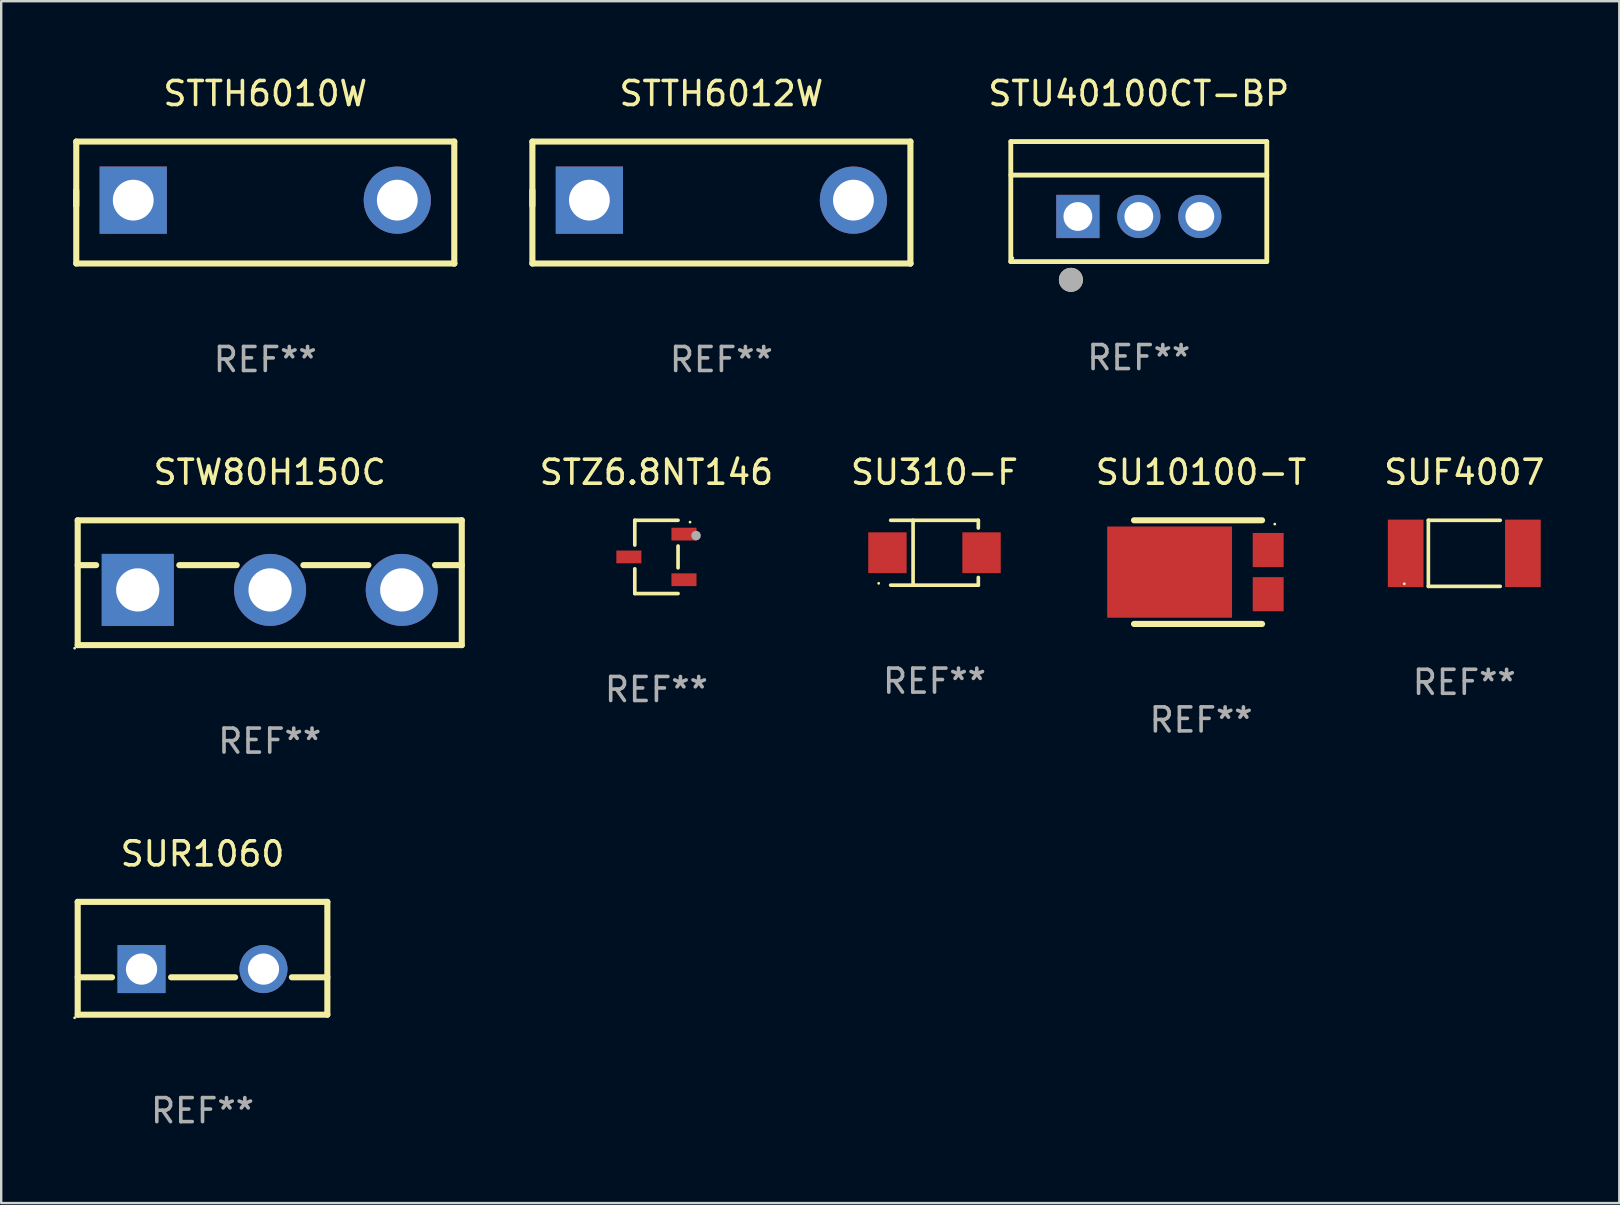
<source format=kicad_pcb>
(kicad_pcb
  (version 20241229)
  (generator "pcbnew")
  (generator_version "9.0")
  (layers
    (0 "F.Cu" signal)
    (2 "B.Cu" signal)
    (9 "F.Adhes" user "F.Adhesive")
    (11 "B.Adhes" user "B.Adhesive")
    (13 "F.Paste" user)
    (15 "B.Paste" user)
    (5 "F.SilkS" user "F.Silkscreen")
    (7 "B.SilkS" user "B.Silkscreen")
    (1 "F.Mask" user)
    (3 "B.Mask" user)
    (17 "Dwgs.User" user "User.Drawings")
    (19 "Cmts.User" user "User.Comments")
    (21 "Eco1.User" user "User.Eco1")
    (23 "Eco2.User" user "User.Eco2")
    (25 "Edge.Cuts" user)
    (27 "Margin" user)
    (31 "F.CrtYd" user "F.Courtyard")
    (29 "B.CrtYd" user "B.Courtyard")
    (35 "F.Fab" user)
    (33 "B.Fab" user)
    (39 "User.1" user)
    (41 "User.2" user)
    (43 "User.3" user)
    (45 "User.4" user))
  (footprint "SU10100-T"
    (layer "F.Cu")
    (at 46.987 20.784)
    (property "Reference" "SU10100-T" (at 0 -4.159 0) (layer "F.SilkS") (effects (font (size 1 1) (thickness 0.15))))
    (attr through_hole)
    (fp_line (start -2.795 2.159) (end 2.539 2.159) (stroke (width 0.254) (type solid)) (layer "F.SilkS"))
    (fp_line (start 2.539 -2.159) (end -2.795 -2.159) (stroke (width 0.254) (type solid)) (layer "F.SilkS"))
    (fp_circle (center 3.069 -2) (end 3.099 -2) (stroke (width 0.06) (type solid)) (fill no) (layer "F.SilkS"))
    (fp_text user "REF**" (at 0 6.159 0) (layer "F.Fab") (effects (font (size 1 1) (thickness 0.15))))
    (pad "1" smd rect (at 2.795 -0.92) (size 1.29 1.422) (layers "F.Cu" "F.Mask" "F.Paste"))
    (pad "2" smd rect (at -1.312 0) (size 5.2 3.8) (layers "F.Cu" "F.Mask" "F.Paste"))
    (pad "3" smd rect (at 2.795 0.92) (size 1.29 1.422) (layers "F.Cu" "F.Mask" "F.Paste")))
  (footprint "SUF4007"
    (layer "F.Cu")
    (at 57.951 20.001)
    (property "Reference" "SUF4007" (at 0 -3.376 0) (layer "F.SilkS") (effects (font (size 1 1) (thickness 0.15))))
    (attr through_hole)
    (fp_line (start -1.497 -1.376) (end -1.497 1.376) (stroke (width 0.152) (type solid)) (layer "F.SilkS"))
    (fp_line (start -1.497 -1.376) (end 1.497 -1.376) (stroke (width 0.152) (type solid)) (layer "F.SilkS"))
    (fp_line (start -1.497 1.376) (end 1.497 1.376) (stroke (width 0.152) (type solid)) (layer "F.SilkS"))
    (fp_circle (center -2.5 1.27) (end -2.47 1.27) (stroke (width 0.06) (type solid)) (fill no) (layer "F.SilkS"))
    (fp_text user "REF**" (at 0 5.376 0) (layer "F.Fab") (effects (font (size 1 1) (thickness 0.15))))
    (pad "1" smd rect (at -2.442 0 180) (size 1.485 2.808) (layers "F.Cu" "F.Mask" "F.Paste"))
    (pad "2" smd rect (at 2.442 0 180) (size 1.485 2.808) (layers "F.Cu" "F.Mask" "F.Paste")))
  (footprint "STU40100CT-BP"
    (layer "F.Cu")
    (at 44.391 5.348)
    (property "Reference" "STU40100CT-BP" (at 0 -4.5 0) (layer "F.SilkS") (effects (font (size 1 1) (thickness 0.15))))
    (attr through_hole)
    (fp_line (start -5.332 2.5) (end -5.332 -2.5) (stroke (width 0.201) (type solid)) (layer "F.SilkS"))
    (fp_line (start -5.328 -2.5) (end 5.332 -2.5) (stroke (width 0.201) (type solid)) (layer "F.SilkS"))
    (fp_line (start -5.328 -1.104) (end 5.332 -1.104) (stroke (width 0.201) (type solid)) (layer "F.SilkS"))
    (fp_line (start 5.332 -2.5) (end 5.332 2.5) (stroke (width 0.201) (type solid)) (layer "F.SilkS"))
    (fp_line (start 5.332 2.5) (end -5.332 2.5) (stroke (width 0.201) (type solid)) (layer "F.SilkS"))
    (fp_circle (center -5.248 2.35) (end -5.218 2.35) (stroke (width 0.06) (type solid)) (fill no) (layer "F.SilkS"))
    (fp_circle (center -2.828 3.26) (end -2.578 3.26) (stroke (width 0.5) (type solid)) (fill no) (layer "F.SilkS"))
    (fp_circle (center -2.828 3.26) (end -2.578 3.26) (stroke (width 0.5) (type solid)) (fill no) (layer "F.Fab"))
    (fp_text user "REF**" (at 0 6.5 0) (layer "F.Fab") (effects (font (size 1 1) (thickness 0.15))))
    (pad "1" thru_hole rect (at -2.538 0.62) (size 1.8 1.8) (drill 1.2) (layers "*.Cu" "*.Mask"))
    (pad "2" thru_hole circle (at 0.002 0.62) (size 1.8 1.8) (drill 1.2) (layers "*.Cu" "*.Mask"))
    (pad "3" thru_hole circle (at 2.542 0.62) (size 1.8 1.8) (drill 1.2) (layers "*.Cu" "*.Mask")))
  (footprint "SU310-F"
    (layer "F.Cu")
    (at 35.88 19.976)
    (property "Reference" "SU310-F" (at 0 -3.351 0) (layer "F.SilkS") (effects (font (size 1 1) (thickness 0.15))))
    (attr through_hole)
    (fp_line (start -1.826 -1.351) (end 1.826 -1.351) (stroke (width 0.152) (type solid)) (layer "F.SilkS"))
    (fp_line (start -1.826 1.351) (end 1.826 1.351) (stroke (width 0.152) (type solid)) (layer "F.SilkS"))
    (fp_line (start -0.892 -1.351) (end -0.892 1.351) (stroke (width 0.152) (type solid)) (layer "F.SilkS"))
    (fp_line (start 1.826 -1.351) (end 1.826 -1.03) (stroke (width 0.152) (type solid)) (layer "F.SilkS"))
    (fp_line (start 1.826 1.03) (end 1.826 1.351) (stroke (width 0.152) (type solid)) (layer "F.SilkS"))
    (fp_circle (center -2.325 1.275) (end -2.295 1.275) (stroke (width 0.06) (type solid)) (fill no) (layer "F.SilkS"))
    (fp_text user "REF**" (at 0 5.351 0) (layer "F.Fab") (effects (font (size 1 1) (thickness 0.15))))
    (pad "1" smd rect (at -1.96 0 180) (size 1.6 1.7) (layers "F.Cu" "F.Mask" "F.Paste"))
    (pad "2" smd rect (at 1.96 0 180) (size 1.6 1.7) (layers "F.Cu" "F.Mask" "F.Paste")))
  (footprint "SUR1060"
    (layer "F.Cu")
    (at 5.387 36.871)
    (property "Reference" "SUR1060" (at 0 -4.35 0) (layer "F.SilkS") (effects (font (size 1 1) (thickness 0.15))))
    (attr through_hole)
    (fp_line (start -5.2 -2.35) (end -5.2 2.35) (stroke (width 0.254) (type solid)) (layer "F.SilkS"))
    (fp_line (start -5.2 -2.35) (end 5.2 -2.35) (stroke (width 0.254) (type solid)) (layer "F.SilkS"))
    (fp_line (start -5.2 0.792) (end -3.771 0.792) (stroke (width 0.254) (type solid)) (layer "F.SilkS"))
    (fp_line (start -5.2 2.35) (end 5.2 2.35) (stroke (width 0.254) (type solid)) (layer "F.SilkS"))
    (fp_line (start -1.309 0.792) (end 1.357 0.792) (stroke (width 0.254) (type solid)) (layer "F.SilkS"))
    (fp_line (start 3.723 0.792) (end 5.2 0.792) (stroke (width 0.254) (type solid)) (layer "F.SilkS"))
    (fp_line (start 5.2 -2.35) (end 5.2 2.35) (stroke (width 0.254) (type solid)) (layer "F.SilkS"))
    (fp_circle (center -5.327 2.477) (end -5.297 2.477) (stroke (width 0.06) (type solid)) (fill no) (layer "F.SilkS"))
    (fp_text user "REF**" (at 0 6.35 0) (layer "F.Fab") (effects (font (size 1 1) (thickness 0.15))))
    (pad "1" thru_hole rect (at -2.54 0.45) (size 2 2) (drill 1.3) (layers "*.Cu" "*.Mask"))
    (pad "2" thru_hole circle (at 2.54 0.45) (size 2 2) (drill 1.3) (layers "*.Cu" "*.Mask")))
  (footprint "STTH6012W"
    (layer "F.Cu")
    (at 27.003 5.388)
    (property "Reference" "STTH6012W" (at 0 -4.54 0) (layer "F.SilkS") (effects (font (size 1 1) (thickness 0.15))))
    (attr through_hole)
    (fp_line (start -7.874 -2.54) (end -7.874 0.127) (stroke (width 0.254) (type solid)) (layer "F.SilkS"))
    (fp_line (start -7.874 -0.508) (end -7.874 2.54) (stroke (width 0.254) (type solid)) (layer "F.SilkS"))
    (fp_line (start -7.874 2.54) (end 7.874 2.54) (stroke (width 0.254) (type solid)) (layer "F.SilkS"))
    (fp_line (start 7.874 -2.54) (end -7.874 -2.54) (stroke (width 0.254) (type solid)) (layer "F.SilkS"))
    (fp_line (start 7.874 2.54) (end 7.874 -2.54) (stroke (width 0.254) (type solid)) (layer "F.SilkS"))
    (fp_line (start 7.874 2.54) (end 7.874 2.54) (stroke (width 0.254) (type solid)) (layer "F.SilkS"))
    (fp_circle (center -7.8 2.5) (end -7.77 2.5) (stroke (width 0.06) (type solid)) (fill no) (layer "F.SilkS"))
    (fp_text user "REF**" (at 0 6.54 0) (layer "F.Fab") (effects (font (size 1 1) (thickness 0.15))))
    (pad "1" thru_hole rect (at -5.5 -0.1) (size 2.8 2.8) (drill 1.7) (layers "*.Cu" "*.Mask"))
    (pad "2" thru_hole circle (at 5.5 -0.1) (size 2.8 2.8) (drill 1.7) (layers "*.Cu" "*.Mask")))
  (footprint "STZ6.8NT146"
    (layer "F.Cu")
    (at 24.296 20.151)
    (property "Reference" "STZ6.8NT146" (at 0 -3.526 0) (layer "F.SilkS") (effects (font (size 1 1) (thickness 0.15))))
    (attr through_hole)
    (fp_line (start -0.901 -1.526) (end -0.901 -0.495) (stroke (width 0.152) (type solid)) (layer "F.SilkS"))
    (fp_line (start -0.901 1.526) (end -0.901 0.495) (stroke (width 0.152) (type solid)) (layer "F.SilkS"))
    (fp_line (start 0.901 -1.526) (end -0.901 -1.526) (stroke (width 0.152) (type solid)) (layer "F.SilkS"))
    (fp_line (start 0.901 -0.455) (end 0.901 0.455) (stroke (width 0.152) (type solid)) (layer "F.SilkS"))
    (fp_line (start 0.901 1.526) (end -0.901 1.526) (stroke (width 0.152) (type solid)) (layer "F.SilkS"))
    (fp_circle (center 1.4 -1.45) (end 1.43 -1.45) (stroke (width 0.06) (type solid)) (fill no) (layer "F.SilkS"))
    (fp_circle (center 1.651 -0.889) (end 1.751 -0.889) (stroke (width 0.2) (type solid)) (fill no) (layer "F.Fab"))
    (fp_text user "REF**" (at 0 5.526 0) (layer "F.Fab") (effects (font (size 1 1) (thickness 0.15))))
    (pad "1" smd rect (at 1.148 -0.95) (size 1.045 0.532) (layers "F.Cu" "F.Mask" "F.Paste"))
    (pad "2" smd rect (at 1.148 0.95) (size 1.045 0.532) (layers "F.Cu" "F.Mask" "F.Paste"))
    (pad "3" smd rect (at -1.148 0) (size 1.045 0.532) (layers "F.Cu" "F.Mask" "F.Paste")))
  (footprint "STW80H150C"
    (layer "F.Cu")
    (at 8.187 21.225)
    (property "Reference" "STW80H150C" (at 0 -4.6 0) (layer "F.SilkS") (effects (font (size 1 1) (thickness 0.15))))
    (attr through_hole)
    (fp_line (start -8 -2.6) (end -8 2.6) (stroke (width 0.254) (type solid)) (layer "F.SilkS"))
    (fp_line (start -8 -2.6) (end 8 -2.6) (stroke (width 0.254) (type solid)) (layer "F.SilkS"))
    (fp_line (start -8 -0.732) (end -7.23 -0.732) (stroke (width 0.254) (type solid)) (layer "F.SilkS"))
    (fp_line (start -8 2.6) (end 8 2.6) (stroke (width 0.254) (type solid)) (layer "F.SilkS"))
    (fp_line (start -3.768 -0.732) (end -1.376 -0.732) (stroke (width 0.254) (type solid)) (layer "F.SilkS"))
    (fp_line (start 1.402 -0.732) (end 4.11 -0.732) (stroke (width 0.254) (type solid)) (layer "F.SilkS"))
    (fp_line (start 6.888 -0.732) (end 8 -0.732) (stroke (width 0.254) (type solid)) (layer "F.SilkS"))
    (fp_line (start 8 -2.6) (end 8 2.6) (stroke (width 0.254) (type solid)) (layer "F.SilkS"))
    (fp_circle (center -8.127 2.727) (end -8.097 2.727) (stroke (width 0.06) (type solid)) (fill no) (layer "F.SilkS"))
    (fp_text user "REF**" (at 0 6.6 0) (layer "F.Fab") (effects (font (size 1 1) (thickness 0.15))))
    (pad "1" thru_hole rect (at -5.499 0.3) (size 3 3) (drill 1.8) (layers "*.Cu" "*.Mask"))
    (pad "2" thru_hole circle (at 0.013 0.3) (size 3 3) (drill 1.8) (layers "*.Cu" "*.Mask"))
    (pad "3" thru_hole circle (at 5.499 0.3) (size 3 3) (drill 1.8) (layers "*.Cu" "*.Mask")))
  (footprint "STTH6010W"
    (layer "F.Cu")
    (at 8.001 5.388)
    (property "Reference" "STTH6010W" (at 0 -4.54 0) (layer "F.SilkS") (effects (font (size 1 1) (thickness 0.15))))
    (attr through_hole)
    (fp_line (start -7.874 -2.54) (end -7.874 0.127) (stroke (width 0.254) (type solid)) (layer "F.SilkS"))
    (fp_line (start -7.874 -0.508) (end -7.874 2.54) (stroke (width 0.254) (type solid)) (layer "F.SilkS"))
    (fp_line (start -7.874 2.54) (end 7.874 2.54) (stroke (width 0.254) (type solid)) (layer "F.SilkS"))
    (fp_line (start 7.874 -2.54) (end -7.874 -2.54) (stroke (width 0.254) (type solid)) (layer "F.SilkS"))
    (fp_line (start 7.874 2.54) (end 7.874 -2.54) (stroke (width 0.254) (type solid)) (layer "F.SilkS"))
    (fp_line (start 7.874 2.54) (end 7.874 2.54) (stroke (width 0.254) (type solid)) (layer "F.SilkS"))
    (fp_circle (center -7.8 2.5) (end -7.77 2.5) (stroke (width 0.06) (type solid)) (fill no) (layer "F.SilkS"))
    (fp_text user "REF**" (at 0 6.54 0) (layer "F.Fab") (effects (font (size 1 1) (thickness 0.15))))
    (pad "1" thru_hole rect (at -5.5 -0.1) (size 2.8 2.8) (drill 1.7) (layers "*.Cu" "*.Mask"))
    (pad "2" thru_hole circle (at 5.5 -0.1) (size 2.8 2.8) (drill 1.7) (layers "*.Cu" "*.Mask")))
  (gr_rect
    (start -3 -3)
    (end 64.409 47.07)
    (stroke (width 0.1) (type default))
    (fill no)
    (layer "Edge.Cuts")))
</source>
